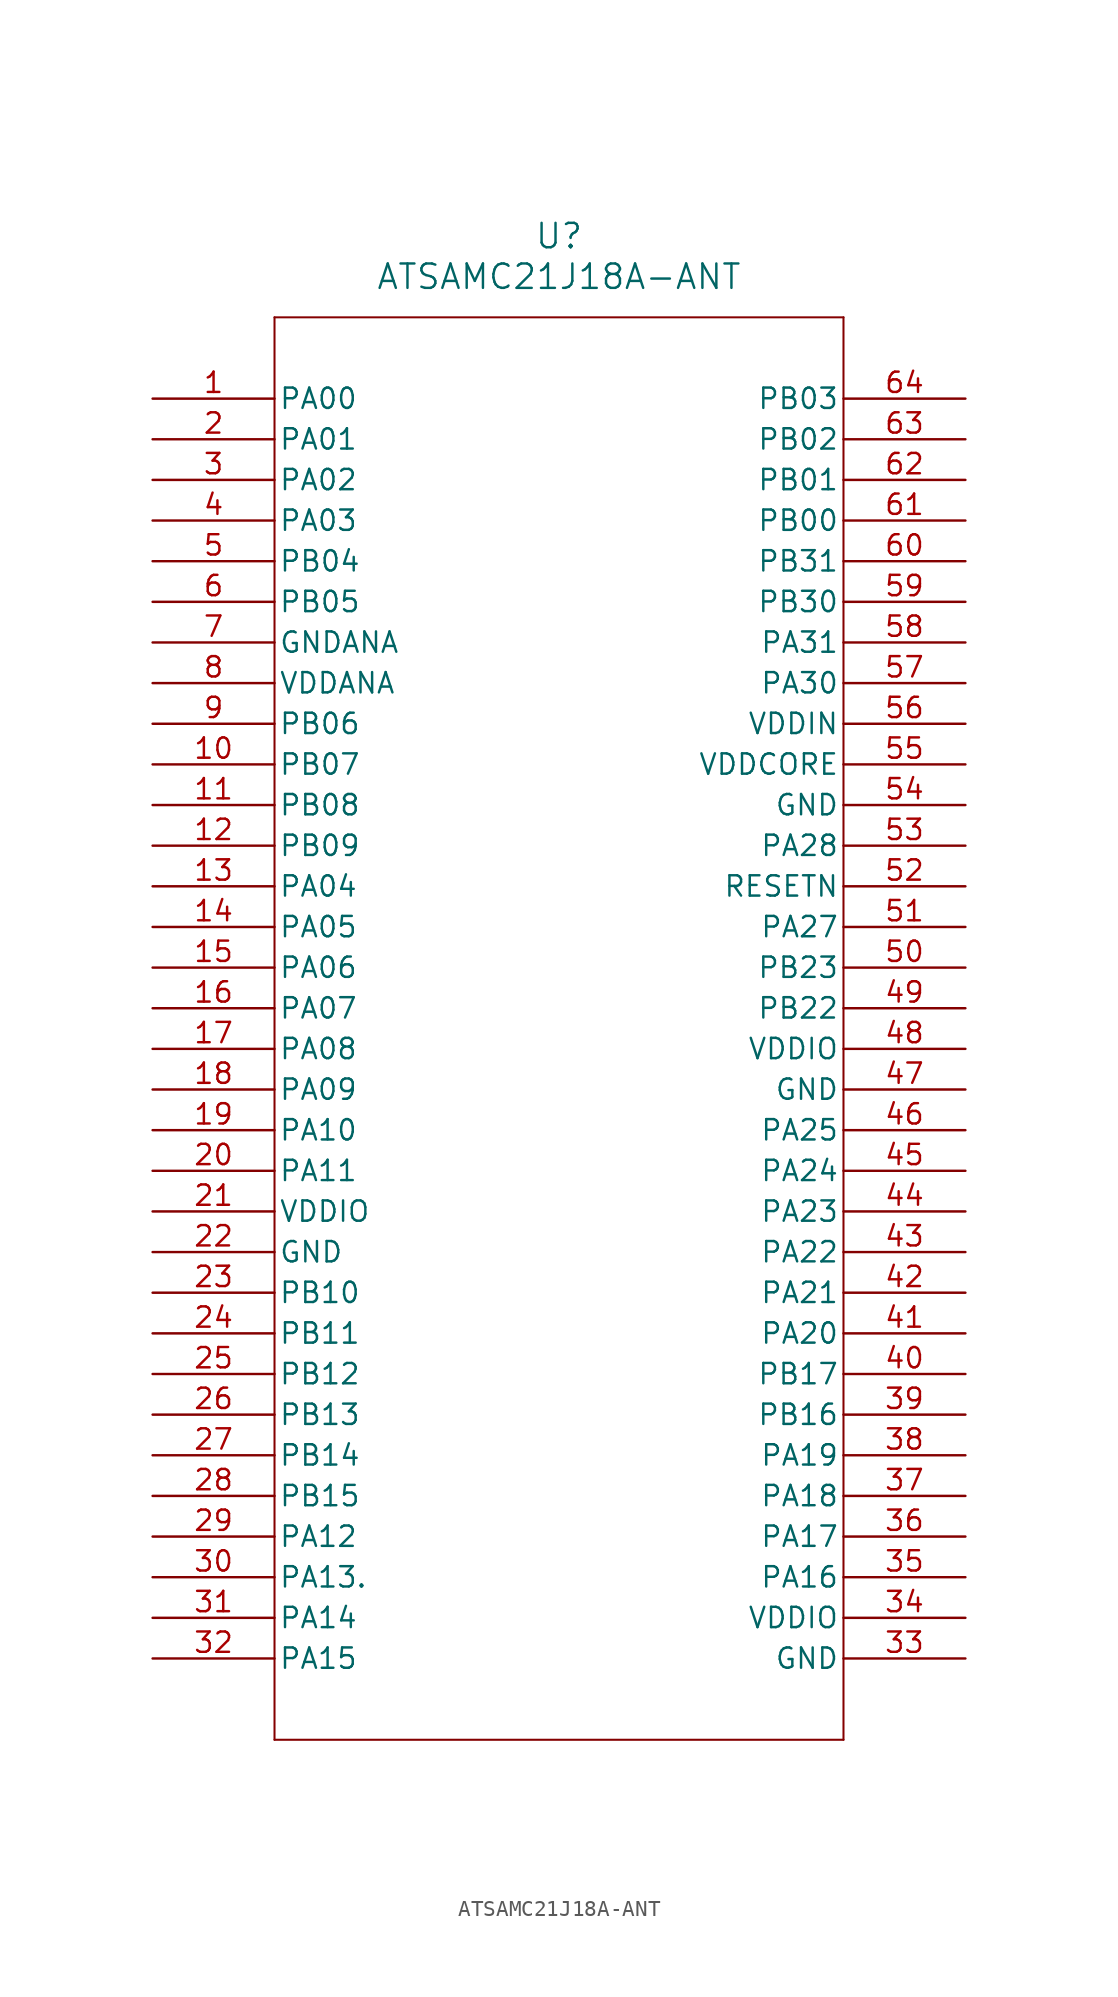
<source format=kicad_sym>
(kicad_symbol_lib
  (version 20211014)
  (generator kicad_symbol_editor)
  (symbol "ATSAMC21J18A-ANT"
    (pin_names
      (offset 0.254))
    (property "Reference" "U"
      (at 25.4 10.16 0)
      (effects (font (size 1.524 1.524))))
    (property "Value" "ATSAMC21J18A-ANT"
      (at 25.4 7.62 0)
      (effects (font (size 1.524 1.524))))
    (symbol "ATSAMC21J18A-ANT_0_1"
      (polyline (pts (xy 7.62 5.08) (xy 7.62 -83.82)) (stroke (width 0.127) (type default) (color 0 0 0 0)) (fill (type none)))
      (polyline (pts (xy 7.62 -83.82) (xy 43.18 -83.82)) (stroke (width 0.127) (type default) (color 0 0 0 0)) (fill (type none)))
      (polyline (pts (xy 43.18 -83.82) (xy 43.18 5.08)) (stroke (width 0.127) (type default) (color 0 0 0 0)) (fill (type none)))
      (polyline (pts (xy 43.18 5.08) (xy 7.62 5.08)) (stroke (width 0.127) (type default) (color 0 0 0 0)) (fill (type none)))
      (pin bidirectional line (at 0 0 0) (length 7.62) (name "PA00" (effects (font (size 1.27 1.27)))) (number "1" (effects (font (size 1.27 1.27)))))
      (pin bidirectional line (at 0 -2.54 0) (length 7.62) (name "PA01" (effects (font (size 1.27 1.27)))) (number "2" (effects (font (size 1.27 1.27)))))
      (pin bidirectional line (at 0 -5.08 0) (length 7.62) (name "PA02" (effects (font (size 1.27 1.27)))) (number "3" (effects (font (size 1.27 1.27)))))
      (pin bidirectional line (at 0 -7.62 0) (length 7.62) (name "PA03" (effects (font (size 1.27 1.27)))) (number "4" (effects (font (size 1.27 1.27)))))
      (pin bidirectional line (at 0 -10.16 0) (length 7.62) (name "PB04" (effects (font (size 1.27 1.27)))) (number "5" (effects (font (size 1.27 1.27)))))
      (pin bidirectional line (at 0 -12.7 0) (length 7.62) (name "PB05" (effects (font (size 1.27 1.27)))) (number "6" (effects (font (size 1.27 1.27)))))
      (pin power_out line (at 0 -15.24 0) (length 7.62) (name "GNDANA" (effects (font (size 1.27 1.27)))) (number "7" (effects (font (size 1.27 1.27)))))
      (pin power_in line (at 0 -17.78 0) (length 7.62) (name "VDDANA" (effects (font (size 1.27 1.27)))) (number "8" (effects (font (size 1.27 1.27)))))
      (pin bidirectional line (at 0 -20.32 0) (length 7.62) (name "PB06" (effects (font (size 1.27 1.27)))) (number "9" (effects (font (size 1.27 1.27)))))
      (pin bidirectional line (at 0 -22.86 0) (length 7.62) (name "PB07" (effects (font (size 1.27 1.27)))) (number "10" (effects (font (size 1.27 1.27)))))
      (pin bidirectional line (at 0 -25.4 0) (length 7.62) (name "PB08" (effects (font (size 1.27 1.27)))) (number "11" (effects (font (size 1.27 1.27)))))
      (pin bidirectional line (at 0 -27.94 0) (length 7.62) (name "PB09" (effects (font (size 1.27 1.27)))) (number "12" (effects (font (size 1.27 1.27)))))
      (pin bidirectional line (at 0 -30.48 0) (length 7.62) (name "PA04" (effects (font (size 1.27 1.27)))) (number "13" (effects (font (size 1.27 1.27)))))
      (pin bidirectional line (at 0 -33.02 0) (length 7.62) (name "PA05" (effects (font (size 1.27 1.27)))) (number "14" (effects (font (size 1.27 1.27)))))
      (pin bidirectional line (at 0 -35.56 0) (length 7.62) (name "PA06" (effects (font (size 1.27 1.27)))) (number "15" (effects (font (size 1.27 1.27)))))
      (pin bidirectional line (at 0 -38.1 0) (length 7.62) (name "PA07" (effects (font (size 1.27 1.27)))) (number "16" (effects (font (size 1.27 1.27)))))
      (pin bidirectional line (at 0 -40.64 0) (length 7.62) (name "PA08" (effects (font (size 1.27 1.27)))) (number "17" (effects (font (size 1.27 1.27)))))
      (pin bidirectional line (at 0 -43.18 0) (length 7.62) (name "PA09" (effects (font (size 1.27 1.27)))) (number "18" (effects (font (size 1.27 1.27)))))
      (pin bidirectional line (at 0 -45.72 0) (length 7.62) (name "PA10" (effects (font (size 1.27 1.27)))) (number "19" (effects (font (size 1.27 1.27)))))
      (pin bidirectional line (at 0 -48.26 0) (length 7.62) (name "PA11" (effects (font (size 1.27 1.27)))) (number "20" (effects (font (size 1.27 1.27)))))
      (pin power_in line (at 0 -50.8 0) (length 7.62) (name "VDDIO" (effects (font (size 1.27 1.27)))) (number "21" (effects (font (size 1.27 1.27)))))
      (pin power_out line (at 0 -53.34 0) (length 7.62) (name "GND" (effects (font (size 1.27 1.27)))) (number "22" (effects (font (size 1.27 1.27)))))
      (pin bidirectional line (at 0 -55.88 0) (length 7.62) (name "PB10" (effects (font (size 1.27 1.27)))) (number "23" (effects (font (size 1.27 1.27)))))
      (pin bidirectional line (at 0 -58.42 0) (length 7.62) (name "PB11" (effects (font (size 1.27 1.27)))) (number "24" (effects (font (size 1.27 1.27)))))
      (pin bidirectional line (at 0 -60.96 0) (length 7.62) (name "PB12" (effects (font (size 1.27 1.27)))) (number "25" (effects (font (size 1.27 1.27)))))
      (pin bidirectional line (at 0 -63.5 0) (length 7.62) (name "PB13" (effects (font (size 1.27 1.27)))) (number "26" (effects (font (size 1.27 1.27)))))
      (pin bidirectional line (at 0 -66.04 0) (length 7.62) (name "PB14" (effects (font (size 1.27 1.27)))) (number "27" (effects (font (size 1.27 1.27)))))
      (pin bidirectional line (at 0 -68.58 0) (length 7.62) (name "PB15" (effects (font (size 1.27 1.27)))) (number "28" (effects (font (size 1.27 1.27)))))
      (pin bidirectional line (at 0 -71.12 0) (length 7.62) (name "PA12" (effects (font (size 1.27 1.27)))) (number "29" (effects (font (size 1.27 1.27)))))
      (pin bidirectional line (at 0 -73.66 0) (length 7.62) (name "PA13." (effects (font (size 1.27 1.27)))) (number "30" (effects (font (size 1.27 1.27)))))
      (pin bidirectional line (at 0 -76.2 0) (length 7.62) (name "PA14" (effects (font (size 1.27 1.27)))) (number "31" (effects (font (size 1.27 1.27)))))
      (pin bidirectional line (at 0 -78.74 0) (length 7.62) (name "PA15" (effects (font (size 1.27 1.27)))) (number "32" (effects (font (size 1.27 1.27)))))
      (pin power_out line (at 50.8 -78.74 180) (length 7.62) (name "GND" (effects (font (size 1.27 1.27)))) (number "33" (effects (font (size 1.27 1.27)))))
      (pin power_in line (at 50.8 -76.2 180) (length 7.62) (name "VDDIO" (effects (font (size 1.27 1.27)))) (number "34" (effects (font (size 1.27 1.27)))))
      (pin bidirectional line (at 50.8 -73.66 180) (length 7.62) (name "PA16" (effects (font (size 1.27 1.27)))) (number "35" (effects (font (size 1.27 1.27)))))
      (pin bidirectional line (at 50.8 -71.12 180) (length 7.62) (name "PA17" (effects (font (size 1.27 1.27)))) (number "36" (effects (font (size 1.27 1.27)))))
      (pin bidirectional line (at 50.8 -68.58 180) (length 7.62) (name "PA18" (effects (font (size 1.27 1.27)))) (number "37" (effects (font (size 1.27 1.27)))))
      (pin bidirectional line (at 50.8 -66.04 180) (length 7.62) (name "PA19" (effects (font (size 1.27 1.27)))) (number "38" (effects (font (size 1.27 1.27)))))
      (pin bidirectional line (at 50.8 -63.5 180) (length 7.62) (name "PB16" (effects (font (size 1.27 1.27)))) (number "39" (effects (font (size 1.27 1.27)))))
      (pin bidirectional line (at 50.8 -60.96 180) (length 7.62) (name "PB17" (effects (font (size 1.27 1.27)))) (number "40" (effects (font (size 1.27 1.27)))))
      (pin bidirectional line (at 50.8 -58.42 180) (length 7.62) (name "PA20" (effects (font (size 1.27 1.27)))) (number "41" (effects (font (size 1.27 1.27)))))
      (pin bidirectional line (at 50.8 -55.88 180) (length 7.62) (name "PA21" (effects (font (size 1.27 1.27)))) (number "42" (effects (font (size 1.27 1.27)))))
      (pin bidirectional line (at 50.8 -53.34 180) (length 7.62) (name "PA22" (effects (font (size 1.27 1.27)))) (number "43" (effects (font (size 1.27 1.27)))))
      (pin bidirectional line (at 50.8 -50.8 180) (length 7.62) (name "PA23" (effects (font (size 1.27 1.27)))) (number "44" (effects (font (size 1.27 1.27)))))
      (pin bidirectional line (at 50.8 -48.26 180) (length 7.62) (name "PA24" (effects (font (size 1.27 1.27)))) (number "45" (effects (font (size 1.27 1.27)))))
      (pin bidirectional line (at 50.8 -45.72 180) (length 7.62) (name "PA25" (effects (font (size 1.27 1.27)))) (number "46" (effects (font (size 1.27 1.27)))))
      (pin power_out line (at 50.8 -43.18 180) (length 7.62) (name "GND" (effects (font (size 1.27 1.27)))) (number "47" (effects (font (size 1.27 1.27)))))
      (pin power_in line (at 50.8 -40.64 180) (length 7.62) (name "VDDIO" (effects (font (size 1.27 1.27)))) (number "48" (effects (font (size 1.27 1.27)))))
      (pin bidirectional line (at 50.8 -38.1 180) (length 7.62) (name "PB22" (effects (font (size 1.27 1.27)))) (number "49" (effects (font (size 1.27 1.27)))))
      (pin bidirectional line (at 50.8 -35.56 180) (length 7.62) (name "PB23" (effects (font (size 1.27 1.27)))) (number "50" (effects (font (size 1.27 1.27)))))
      (pin bidirectional line (at 50.8 -33.02 180) (length 7.62) (name "PA27" (effects (font (size 1.27 1.27)))) (number "51" (effects (font (size 1.27 1.27)))))
      (pin unspecified line (at 50.8 -30.48 180) (length 7.62) (name "RESETN" (effects (font (size 1.27 1.27)))) (number "52" (effects (font (size 1.27 1.27)))))
      (pin bidirectional line (at 50.8 -27.94 180) (length 7.62) (name "PA28" (effects (font (size 1.27 1.27)))) (number "53" (effects (font (size 1.27 1.27)))))
      (pin power_out line (at 50.8 -25.4 180) (length 7.62) (name "GND" (effects (font (size 1.27 1.27)))) (number "54" (effects (font (size 1.27 1.27)))))
      (pin power_in line (at 50.8 -22.86 180) (length 7.62) (name "VDDCORE" (effects (font (size 1.27 1.27)))) (number "55" (effects (font (size 1.27 1.27)))))
      (pin power_in line (at 50.8 -20.32 180) (length 7.62) (name "VDDIN" (effects (font (size 1.27 1.27)))) (number "56" (effects (font (size 1.27 1.27)))))
      (pin bidirectional line (at 50.8 -17.78 180) (length 7.62) (name "PA30" (effects (font (size 1.27 1.27)))) (number "57" (effects (font (size 1.27 1.27)))))
      (pin bidirectional line (at 50.8 -15.24 180) (length 7.62) (name "PA31" (effects (font (size 1.27 1.27)))) (number "58" (effects (font (size 1.27 1.27)))))
      (pin bidirectional line (at 50.8 -12.7 180) (length 7.62) (name "PB30" (effects (font (size 1.27 1.27)))) (number "59" (effects (font (size 1.27 1.27)))))
      (pin bidirectional line (at 50.8 -10.16 180) (length 7.62) (name "PB31" (effects (font (size 1.27 1.27)))) (number "60" (effects (font (size 1.27 1.27)))))
      (pin bidirectional line (at 50.8 -7.62 180) (length 7.62) (name "PB00" (effects (font (size 1.27 1.27)))) (number "61" (effects (font (size 1.27 1.27)))))
      (pin bidirectional line (at 50.8 -5.08 180) (length 7.62) (name "PB01" (effects (font (size 1.27 1.27)))) (number "62" (effects (font (size 1.27 1.27)))))
      (pin bidirectional line (at 50.8 -2.54 180) (length 7.62) (name "PB02" (effects (font (size 1.27 1.27)))) (number "63" (effects (font (size 1.27 1.27)))))
      (pin bidirectional line (at 50.8 0 180) (length 7.62) (name "PB03" (effects (font (size 1.27 1.27)))) (number "64" (effects (font (size 1.27 1.27))))))))
</source>
